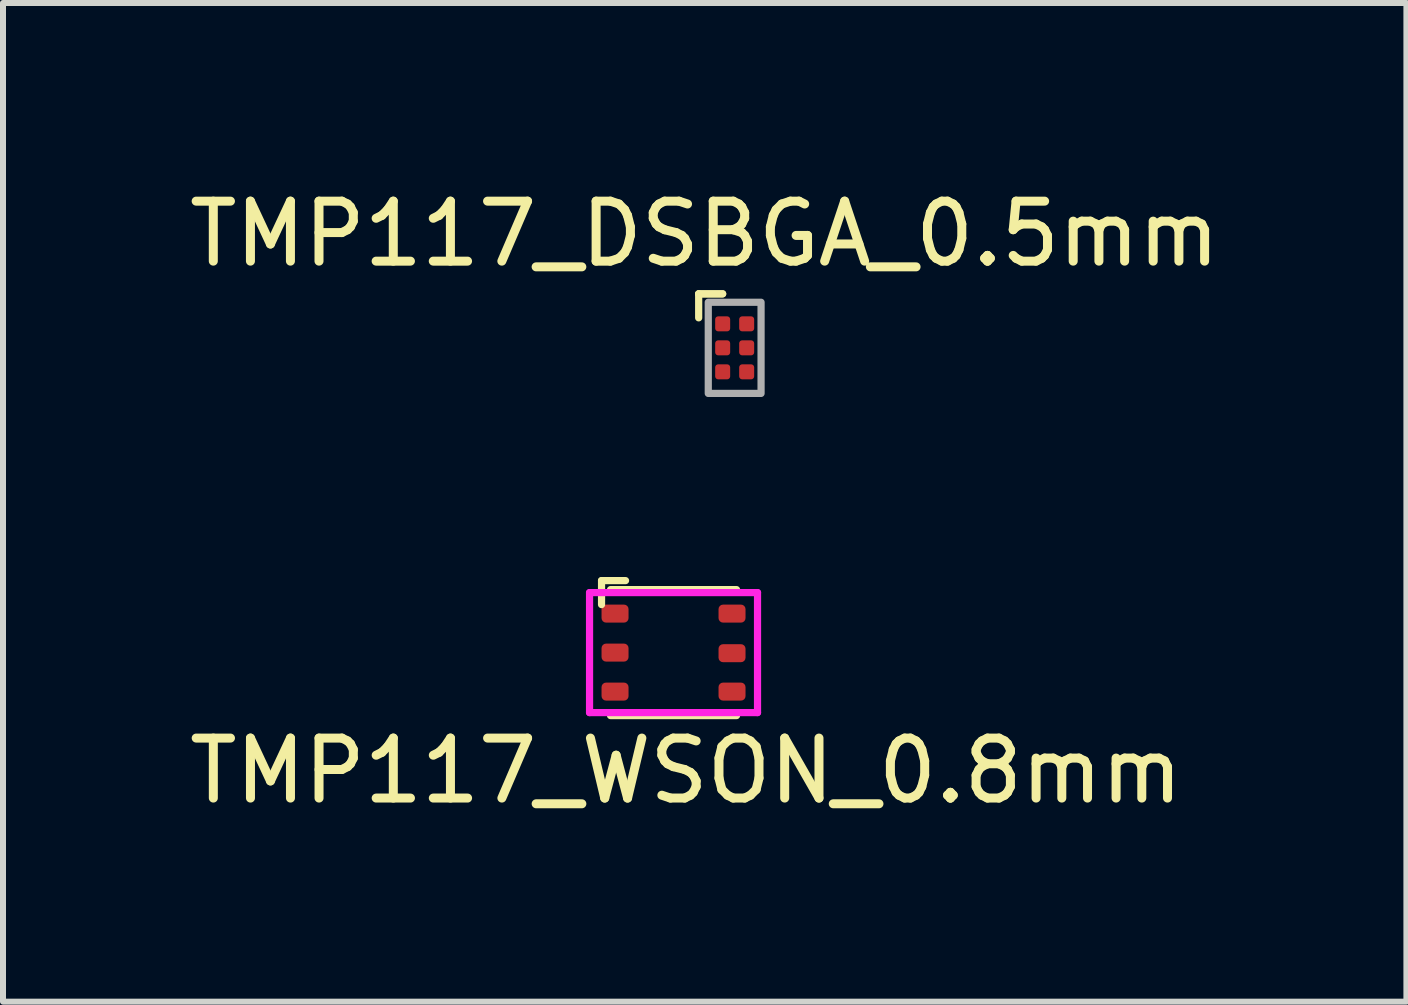
<source format=kicad_pcb>
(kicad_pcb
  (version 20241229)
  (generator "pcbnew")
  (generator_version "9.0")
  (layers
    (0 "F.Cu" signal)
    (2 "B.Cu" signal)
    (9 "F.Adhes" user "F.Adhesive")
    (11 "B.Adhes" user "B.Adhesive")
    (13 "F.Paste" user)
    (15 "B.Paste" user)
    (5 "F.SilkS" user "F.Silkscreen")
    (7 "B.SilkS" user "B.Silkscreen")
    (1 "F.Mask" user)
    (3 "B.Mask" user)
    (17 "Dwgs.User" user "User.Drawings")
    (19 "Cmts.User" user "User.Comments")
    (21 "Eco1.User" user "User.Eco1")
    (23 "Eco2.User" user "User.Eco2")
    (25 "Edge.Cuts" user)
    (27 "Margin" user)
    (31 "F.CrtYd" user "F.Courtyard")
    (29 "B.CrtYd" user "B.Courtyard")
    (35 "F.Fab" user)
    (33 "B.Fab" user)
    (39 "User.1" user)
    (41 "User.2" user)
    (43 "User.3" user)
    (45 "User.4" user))
  (footprint "TMP117_DSBGA_0.5mm"
    (layer "F.Cu")
    (at 9.196 2.748)
    (property "Reference" "TMP117_DSBGA_0.5mm" (at -0.5 -1.9 0) (unlocked yes) (layer "F.SilkS") (effects (font (size 1 1) (thickness 0.15))))
    (attr smd)
    (fp_line (start -0.6 -0.9) (end -0.6 -0.5) (stroke (width 0.12) (type solid)) (layer "F.SilkS"))
    (fp_line (start -0.6 -0.9) (end -0.2 -0.9) (stroke (width 0.12) (type solid)) (layer "F.SilkS"))
    (fp_line (start -0.2 -0.9) (end -0.6 -0.9) (stroke (width 0.12) (type solid)) (layer "F.SilkS"))
    (fp_rect (start -0.44 -0.76) (end 0.44 0.76) (stroke (width 0.12) (type solid)) (fill no) (layer "F.Fab"))
    (pad "A1" smd roundrect (at -0.2 -0.4) (size 0.25 0.25) (layers "F.Cu" "F.Mask" "F.Paste") (roundrect_rratio 0.2))
    (pad "A2" smd roundrect (at 0.2 -0.4) (size 0.25 0.25) (layers "F.Cu" "F.Mask" "F.Paste") (roundrect_rratio 0.2))
    (pad "B1" smd roundrect (at -0.2 0) (size 0.25 0.25) (layers "F.Cu" "F.Mask" "F.Paste") (roundrect_rratio 0.2))
    (pad "B2" smd roundrect (at 0.2 0) (size 0.25 0.25) (layers "F.Cu" "F.Mask" "F.Paste") (roundrect_rratio 0.2))
    (pad "C1" smd roundrect (at -0.2 0.4) (size 0.25 0.25) (layers "F.Cu" "F.Mask" "F.Paste") (roundrect_rratio 0.2))
    (pad "C2" smd roundrect (at 0.2 0.4) (size 0.25 0.25) (layers "F.Cu" "F.Mask" "F.Paste") (roundrect_rratio 0.2)))
  (footprint "TMP117_WSON_0.8mm"
    (layer "F.Cu")
    (at 8.177 7.828)
    (property "Reference" "TMP117_WSON_0.8mm" (at 0.21 1.97 0) (layer "F.SilkS") (effects (font (size 1 1) (thickness 0.15))))
    (attr through_hole)
    (fp_line (start -1.2 -1.2) (end -0.8 -1.2) (stroke (width 0.12) (type solid)) (layer "F.SilkS"))
    (fp_line (start -1.2 -0.8) (end -1.2 -1.2) (stroke (width 0.12) (type solid)) (layer "F.SilkS"))
    (fp_line (start -1.05 -1.05) (end 1.05 -1.05) (stroke (width 0.12) (type solid)) (layer "F.SilkS"))
    (fp_line (start 1.05 1.05) (end -1.05 1.05) (stroke (width 0.12) (type solid)) (layer "F.SilkS"))
    (fp_line (start -1.4 -1) (end 1.4 -1) (stroke (width 0.12) (type solid)) (layer "F.CrtYd"))
    (fp_line (start -1.4 1) (end -1.4 -1) (stroke (width 0.12) (type solid)) (layer "F.CrtYd"))
    (fp_line (start 1.4 -1) (end 1.4 1) (stroke (width 0.12) (type solid)) (layer "F.CrtYd"))
    (fp_line (start 1.4 1) (end -1.4 1) (stroke (width 0.12) (type solid)) (layer "F.CrtYd"))
    (pad "1" smd roundrect (at -0.975 -0.65) (size 0.45 0.3) (layers "F.Cu" "F.Mask" "F.Paste") (roundrect_rratio 0.25))
    (pad "2" smd roundrect (at -0.975 0) (size 0.45 0.3) (layers "F.Cu" "F.Mask" "F.Paste") (roundrect_rratio 0.25))
    (pad "3" smd roundrect (at -0.975 0.65) (size 0.45 0.3) (layers "F.Cu" "F.Mask" "F.Paste") (roundrect_rratio 0.25))
    (pad "4" smd roundrect (at 0.975 0.65) (size 0.45 0.3) (layers "F.Cu" "F.Mask" "F.Paste") (roundrect_rratio 0.25))
    (pad "5" smd roundrect (at 0.975 0.01) (size 0.45 0.3) (layers "F.Cu" "F.Mask" "F.Paste") (roundrect_rratio 0.25))
    (pad "6" smd roundrect (at 0.975 -0.65 180) (size 0.45 0.3) (layers "F.Cu" "F.Mask" "F.Paste") (roundrect_rratio 0.25)))
  (gr_rect
    (start -3 -3)
    (end 20.393 13.646)
    (stroke (width 0.1) (type default))
    (fill no)
    (layer "Edge.Cuts")))
</source>
